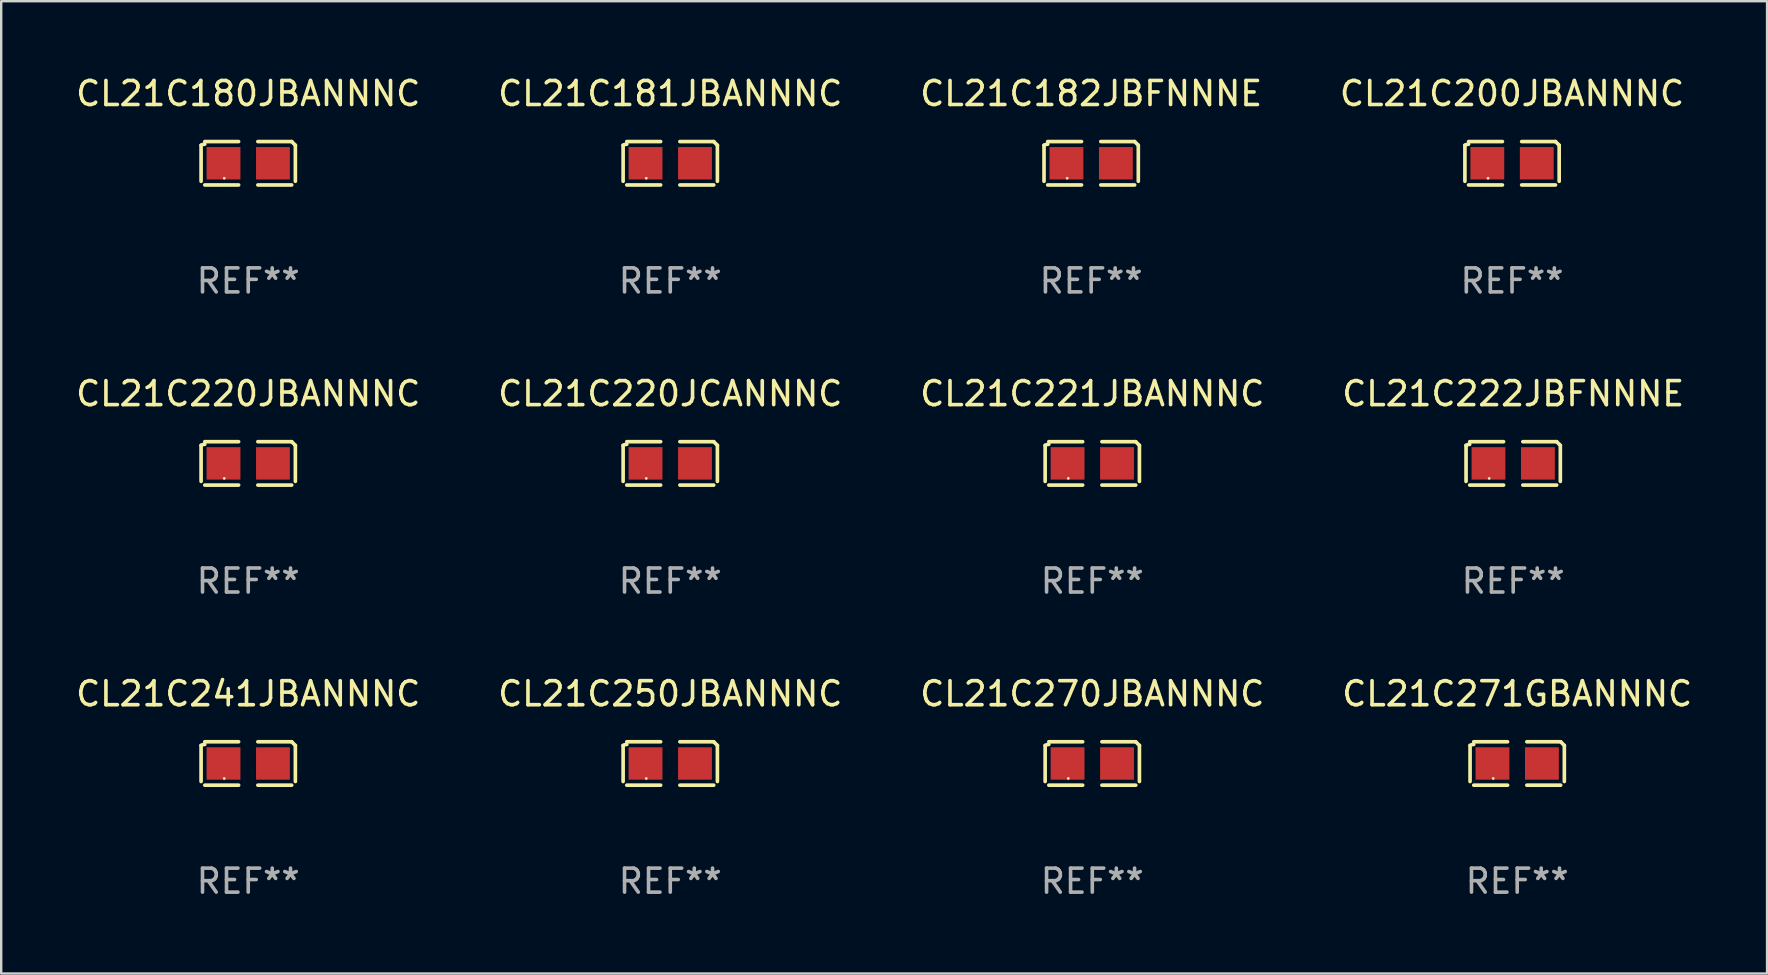
<source format=kicad_pcb>
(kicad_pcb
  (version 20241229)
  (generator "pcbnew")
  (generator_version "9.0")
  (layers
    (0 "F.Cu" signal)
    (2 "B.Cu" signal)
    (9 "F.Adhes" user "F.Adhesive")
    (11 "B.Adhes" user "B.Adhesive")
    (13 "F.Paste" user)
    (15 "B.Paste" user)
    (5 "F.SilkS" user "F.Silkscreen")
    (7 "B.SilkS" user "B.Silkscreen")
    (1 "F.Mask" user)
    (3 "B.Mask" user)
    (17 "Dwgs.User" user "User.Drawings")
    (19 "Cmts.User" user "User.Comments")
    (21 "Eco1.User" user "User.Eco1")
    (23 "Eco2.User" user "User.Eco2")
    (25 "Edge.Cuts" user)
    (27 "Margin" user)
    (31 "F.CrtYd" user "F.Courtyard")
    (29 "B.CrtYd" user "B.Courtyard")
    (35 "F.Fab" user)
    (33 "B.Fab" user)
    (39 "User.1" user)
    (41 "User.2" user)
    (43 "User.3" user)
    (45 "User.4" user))
  (footprint "CL21C250JBANNNC"
    (layer "F.Cu")
    (at 24.875 28.759)
    (property "Reference" "CL21C250JBANNNC" (at 0 -2.904 0) (layer "F.SilkS") (effects (font (size 1 1) (thickness 0.15))))
    (attr through_hole)
    (fp_line (start -1.964 0.751) (end -1.964 -0.751) (stroke (width 0.152) (type solid)) (layer "F.SilkS"))
    (fp_line (start -1.811 -0.904) (end -0.401 -0.904) (stroke (width 0.152) (type solid)) (layer "F.SilkS"))
    (fp_line (start -0.401 0.904) (end -1.811 0.904) (stroke (width 0.152) (type solid)) (layer "F.SilkS"))
    (fp_line (start 0.401 0.904) (end 1.811 0.904) (stroke (width 0.152) (type solid)) (layer "F.SilkS"))
    (fp_line (start 1.811 -0.904) (end 0.401 -0.904) (stroke (width 0.152) (type solid)) (layer "F.SilkS"))
    (fp_line (start 1.964 0.751) (end 1.964 -0.751) (stroke (width 0.152) (type solid)) (layer "F.SilkS"))
    (fp_arc (start -1.963602 -0.751207) (mid -1.890354 -0.783131) (end -1.811201 -0.794044) (stroke (width 0.1524) (type solid)) (layer "F.SilkS"))
    (fp_arc (start 1.811202 -0.903607) (mid 1.887413 -0.827418) (end 1.963602 -0.751207) (stroke (width 0.1524) (type solid)) (layer "F.SilkS"))
    (fp_circle (center -1 0.625) (end -0.97 0.625) (stroke (width 0.06) (type solid)) (fill no) (layer "F.SilkS"))
    (fp_text user "REF**" (at 0 4.904 0) (layer "F.Fab") (effects (font (size 1 1) (thickness 0.15))))
    (pad "1" smd rect (at -1.03 0) (size 1.41 1.35) (layers "F.Cu" "F.Mask" "F.Paste"))
    (pad "2" smd rect (at 1.03 0) (size 1.41 1.35) (layers "F.Cu" "F.Mask" "F.Paste")))
  (footprint "CL21C220JCANNNC"
    (layer "F.Cu")
    (at 24.875 16.256)
    (property "Reference" "CL21C220JCANNNC" (at 0 -2.904 0) (layer "F.SilkS") (effects (font (size 1 1) (thickness 0.15))))
    (attr through_hole)
    (fp_line (start -1.964 0.751) (end -1.964 -0.751) (stroke (width 0.152) (type solid)) (layer "F.SilkS"))
    (fp_line (start -1.811 -0.904) (end -0.401 -0.904) (stroke (width 0.152) (type solid)) (layer "F.SilkS"))
    (fp_line (start -0.401 0.904) (end -1.811 0.904) (stroke (width 0.152) (type solid)) (layer "F.SilkS"))
    (fp_line (start 0.401 0.904) (end 1.811 0.904) (stroke (width 0.152) (type solid)) (layer "F.SilkS"))
    (fp_line (start 1.811 -0.904) (end 0.401 -0.904) (stroke (width 0.152) (type solid)) (layer "F.SilkS"))
    (fp_line (start 1.964 0.751) (end 1.964 -0.751) (stroke (width 0.152) (type solid)) (layer "F.SilkS"))
    (fp_arc (start -1.963602 -0.751207) (mid -1.890354 -0.783131) (end -1.811201 -0.794044) (stroke (width 0.1524) (type solid)) (layer "F.SilkS"))
    (fp_arc (start 1.811202 -0.903607) (mid 1.887413 -0.827418) (end 1.963602 -0.751207) (stroke (width 0.1524) (type solid)) (layer "F.SilkS"))
    (fp_circle (center -1 0.625) (end -0.97 0.625) (stroke (width 0.06) (type solid)) (fill no) (layer "F.SilkS"))
    (fp_text user "REF**" (at 0 4.904 0) (layer "F.Fab") (effects (font (size 1 1) (thickness 0.15))))
    (pad "1" smd rect (at -1.03 0) (size 1.41 1.35) (layers "F.Cu" "F.Mask" "F.Paste"))
    (pad "2" smd rect (at 1.03 0) (size 1.41 1.35) (layers "F.Cu" "F.Mask" "F.Paste")))
  (footprint "CL21C182JBFNNNE"
    (layer "F.Cu")
    (at 42.411 3.752)
    (property "Reference" "CL21C182JBFNNNE" (at 0 -2.904 0) (layer "F.SilkS") (effects (font (size 1 1) (thickness 0.15))))
    (attr through_hole)
    (fp_line (start -1.964 0.751) (end -1.964 -0.751) (stroke (width 0.152) (type solid)) (layer "F.SilkS"))
    (fp_line (start -1.811 -0.904) (end -0.401 -0.904) (stroke (width 0.152) (type solid)) (layer "F.SilkS"))
    (fp_line (start -0.401 0.904) (end -1.811 0.904) (stroke (width 0.152) (type solid)) (layer "F.SilkS"))
    (fp_line (start 0.401 0.904) (end 1.811 0.904) (stroke (width 0.152) (type solid)) (layer "F.SilkS"))
    (fp_line (start 1.811 -0.904) (end 0.401 -0.904) (stroke (width 0.152) (type solid)) (layer "F.SilkS"))
    (fp_line (start 1.964 0.751) (end 1.964 -0.751) (stroke (width 0.152) (type solid)) (layer "F.SilkS"))
    (fp_arc (start -1.963602 -0.751207) (mid -1.890354 -0.783131) (end -1.811201 -0.794044) (stroke (width 0.1524) (type solid)) (layer "F.SilkS"))
    (fp_arc (start 1.811202 -0.903607) (mid 1.887413 -0.827418) (end 1.963602 -0.751207) (stroke (width 0.1524) (type solid)) (layer "F.SilkS"))
    (fp_circle (center -1 0.625) (end -0.97 0.625) (stroke (width 0.06) (type solid)) (fill no) (layer "F.SilkS"))
    (fp_text user "REF**" (at 0 4.904 0) (layer "F.Fab") (effects (font (size 1 1) (thickness 0.15))))
    (pad "1" smd rect (at -1.03 0) (size 1.41 1.35) (layers "F.Cu" "F.Mask" "F.Paste"))
    (pad "2" smd rect (at 1.03 0) (size 1.41 1.35) (layers "F.Cu" "F.Mask" "F.Paste")))
  (footprint "CL21C181JBANNNC"
    (layer "F.Cu")
    (at 24.875 3.752)
    (property "Reference" "CL21C181JBANNNC" (at 0 -2.904 0) (layer "F.SilkS") (effects (font (size 1 1) (thickness 0.15))))
    (attr through_hole)
    (fp_line (start -1.964 0.751) (end -1.964 -0.751) (stroke (width 0.152) (type solid)) (layer "F.SilkS"))
    (fp_line (start -1.811 -0.904) (end -0.401 -0.904) (stroke (width 0.152) (type solid)) (layer "F.SilkS"))
    (fp_line (start -0.401 0.904) (end -1.811 0.904) (stroke (width 0.152) (type solid)) (layer "F.SilkS"))
    (fp_line (start 0.401 0.904) (end 1.811 0.904) (stroke (width 0.152) (type solid)) (layer "F.SilkS"))
    (fp_line (start 1.811 -0.904) (end 0.401 -0.904) (stroke (width 0.152) (type solid)) (layer "F.SilkS"))
    (fp_line (start 1.964 0.751) (end 1.964 -0.751) (stroke (width 0.152) (type solid)) (layer "F.SilkS"))
    (fp_arc (start -1.963602 -0.751207) (mid -1.890354 -0.783131) (end -1.811201 -0.794044) (stroke (width 0.1524) (type solid)) (layer "F.SilkS"))
    (fp_arc (start 1.811202 -0.903607) (mid 1.887413 -0.827418) (end 1.963602 -0.751207) (stroke (width 0.1524) (type solid)) (layer "F.SilkS"))
    (fp_circle (center -1 0.625) (end -0.97 0.625) (stroke (width 0.06) (type solid)) (fill no) (layer "F.SilkS"))
    (fp_text user "REF**" (at 0 4.904 0) (layer "F.Fab") (effects (font (size 1 1) (thickness 0.15))))
    (pad "1" smd rect (at -1.03 0) (size 1.41 1.35) (layers "F.Cu" "F.Mask" "F.Paste"))
    (pad "2" smd rect (at 1.03 0) (size 1.41 1.35) (layers "F.Cu" "F.Mask" "F.Paste")))
  (footprint "CL21C221JBANNNC"
    (layer "F.Cu")
    (at 42.458 16.256)
    (property "Reference" "CL21C221JBANNNC" (at 0 -2.904 0) (layer "F.SilkS") (effects (font (size 1 1) (thickness 0.15))))
    (attr through_hole)
    (fp_line (start -1.964 0.751) (end -1.964 -0.751) (stroke (width 0.152) (type solid)) (layer "F.SilkS"))
    (fp_line (start -1.811 -0.904) (end -0.401 -0.904) (stroke (width 0.152) (type solid)) (layer "F.SilkS"))
    (fp_line (start -0.401 0.904) (end -1.811 0.904) (stroke (width 0.152) (type solid)) (layer "F.SilkS"))
    (fp_line (start 0.401 0.904) (end 1.811 0.904) (stroke (width 0.152) (type solid)) (layer "F.SilkS"))
    (fp_line (start 1.811 -0.904) (end 0.401 -0.904) (stroke (width 0.152) (type solid)) (layer "F.SilkS"))
    (fp_line (start 1.964 0.751) (end 1.964 -0.751) (stroke (width 0.152) (type solid)) (layer "F.SilkS"))
    (fp_arc (start -1.963602 -0.751207) (mid -1.890354 -0.783131) (end -1.811201 -0.794044) (stroke (width 0.1524) (type solid)) (layer "F.SilkS"))
    (fp_arc (start 1.811202 -0.903607) (mid 1.887413 -0.827418) (end 1.963602 -0.751207) (stroke (width 0.1524) (type solid)) (layer "F.SilkS"))
    (fp_circle (center -1 0.625) (end -0.97 0.625) (stroke (width 0.06) (type solid)) (fill no) (layer "F.SilkS"))
    (fp_text user "REF**" (at 0 4.904 0) (layer "F.Fab") (effects (font (size 1 1) (thickness 0.15))))
    (pad "1" smd rect (at -1.03 0) (size 1.41 1.35) (layers "F.Cu" "F.Mask" "F.Paste"))
    (pad "2" smd rect (at 1.03 0) (size 1.41 1.35) (layers "F.Cu" "F.Mask" "F.Paste")))
  (footprint "CL21C180JBANNNC"
    (layer "F.Cu")
    (at 7.292 3.752)
    (property "Reference" "CL21C180JBANNNC" (at 0 -2.904 0) (layer "F.SilkS") (effects (font (size 1 1) (thickness 0.15))))
    (attr through_hole)
    (fp_line (start -1.964 0.751) (end -1.964 -0.751) (stroke (width 0.152) (type solid)) (layer "F.SilkS"))
    (fp_line (start -1.811 -0.904) (end -0.401 -0.904) (stroke (width 0.152) (type solid)) (layer "F.SilkS"))
    (fp_line (start -0.401 0.904) (end -1.811 0.904) (stroke (width 0.152) (type solid)) (layer "F.SilkS"))
    (fp_line (start 0.401 0.904) (end 1.811 0.904) (stroke (width 0.152) (type solid)) (layer "F.SilkS"))
    (fp_line (start 1.811 -0.904) (end 0.401 -0.904) (stroke (width 0.152) (type solid)) (layer "F.SilkS"))
    (fp_line (start 1.964 0.751) (end 1.964 -0.751) (stroke (width 0.152) (type solid)) (layer "F.SilkS"))
    (fp_arc (start -1.963602 -0.751207) (mid -1.890354 -0.783131) (end -1.811201 -0.794044) (stroke (width 0.1524) (type solid)) (layer "F.SilkS"))
    (fp_arc (start 1.811202 -0.903607) (mid 1.887413 -0.827418) (end 1.963602 -0.751207) (stroke (width 0.1524) (type solid)) (layer "F.SilkS"))
    (fp_circle (center -1 0.625) (end -0.97 0.625) (stroke (width 0.06) (type solid)) (fill no) (layer "F.SilkS"))
    (fp_text user "REF**" (at 0 4.904 0) (layer "F.Fab") (effects (font (size 1 1) (thickness 0.15))))
    (pad "1" smd rect (at -1.03 0) (size 1.41 1.35) (layers "F.Cu" "F.Mask" "F.Paste"))
    (pad "2" smd rect (at 1.03 0) (size 1.41 1.35) (layers "F.Cu" "F.Mask" "F.Paste")))
  (footprint "CL21C222JBFNNNE"
    (layer "F.Cu")
    (at 59.994 16.256)
    (property "Reference" "CL21C222JBFNNNE" (at 0 -2.904 0) (layer "F.SilkS") (effects (font (size 1 1) (thickness 0.15))))
    (attr through_hole)
    (fp_line (start -1.964 0.751) (end -1.964 -0.751) (stroke (width 0.152) (type solid)) (layer "F.SilkS"))
    (fp_line (start -1.811 -0.904) (end -0.401 -0.904) (stroke (width 0.152) (type solid)) (layer "F.SilkS"))
    (fp_line (start -0.401 0.904) (end -1.811 0.904) (stroke (width 0.152) (type solid)) (layer "F.SilkS"))
    (fp_line (start 0.401 0.904) (end 1.811 0.904) (stroke (width 0.152) (type solid)) (layer "F.SilkS"))
    (fp_line (start 1.811 -0.904) (end 0.401 -0.904) (stroke (width 0.152) (type solid)) (layer "F.SilkS"))
    (fp_line (start 1.964 0.751) (end 1.964 -0.751) (stroke (width 0.152) (type solid)) (layer "F.SilkS"))
    (fp_arc (start -1.963602 -0.751207) (mid -1.890354 -0.783131) (end -1.811201 -0.794044) (stroke (width 0.1524) (type solid)) (layer "F.SilkS"))
    (fp_arc (start 1.811202 -0.903607) (mid 1.887413 -0.827418) (end 1.963602 -0.751207) (stroke (width 0.1524) (type solid)) (layer "F.SilkS"))
    (fp_circle (center -1 0.625) (end -0.97 0.625) (stroke (width 0.06) (type solid)) (fill no) (layer "F.SilkS"))
    (fp_text user "REF**" (at 0 4.904 0) (layer "F.Fab") (effects (font (size 1 1) (thickness 0.15))))
    (pad "1" smd rect (at -1.03 0) (size 1.41 1.35) (layers "F.Cu" "F.Mask" "F.Paste"))
    (pad "2" smd rect (at 1.03 0) (size 1.41 1.35) (layers "F.Cu" "F.Mask" "F.Paste")))
  (footprint "CL21C241JBANNNC"
    (layer "F.Cu")
    (at 7.292 28.759)
    (property "Reference" "CL21C241JBANNNC" (at 0 -2.904 0) (layer "F.SilkS") (effects (font (size 1 1) (thickness 0.15))))
    (attr through_hole)
    (fp_line (start -1.964 0.751) (end -1.964 -0.751) (stroke (width 0.152) (type solid)) (layer "F.SilkS"))
    (fp_line (start -1.811 -0.904) (end -0.401 -0.904) (stroke (width 0.152) (type solid)) (layer "F.SilkS"))
    (fp_line (start -0.401 0.904) (end -1.811 0.904) (stroke (width 0.152) (type solid)) (layer "F.SilkS"))
    (fp_line (start 0.401 0.904) (end 1.811 0.904) (stroke (width 0.152) (type solid)) (layer "F.SilkS"))
    (fp_line (start 1.811 -0.904) (end 0.401 -0.904) (stroke (width 0.152) (type solid)) (layer "F.SilkS"))
    (fp_line (start 1.964 0.751) (end 1.964 -0.751) (stroke (width 0.152) (type solid)) (layer "F.SilkS"))
    (fp_arc (start -1.963602 -0.751207) (mid -1.890354 -0.783131) (end -1.811201 -0.794044) (stroke (width 0.1524) (type solid)) (layer "F.SilkS"))
    (fp_arc (start 1.811202 -0.903607) (mid 1.887413 -0.827418) (end 1.963602 -0.751207) (stroke (width 0.1524) (type solid)) (layer "F.SilkS"))
    (fp_circle (center -1 0.625) (end -0.97 0.625) (stroke (width 0.06) (type solid)) (fill no) (layer "F.SilkS"))
    (fp_text user "REF**" (at 0 4.904 0) (layer "F.Fab") (effects (font (size 1 1) (thickness 0.15))))
    (pad "1" smd rect (at -1.03 0) (size 1.41 1.35) (layers "F.Cu" "F.Mask" "F.Paste"))
    (pad "2" smd rect (at 1.03 0) (size 1.41 1.35) (layers "F.Cu" "F.Mask" "F.Paste")))
  (footprint "CL21C271GBANNNC"
    (layer "F.Cu")
    (at 60.161 28.759)
    (property "Reference" "CL21C271GBANNNC" (at 0 -2.904 0) (layer "F.SilkS") (effects (font (size 1 1) (thickness 0.15))))
    (attr through_hole)
    (fp_line (start -1.964 0.751) (end -1.964 -0.751) (stroke (width 0.152) (type solid)) (layer "F.SilkS"))
    (fp_line (start -1.811 -0.904) (end -0.401 -0.904) (stroke (width 0.152) (type solid)) (layer "F.SilkS"))
    (fp_line (start -0.401 0.904) (end -1.811 0.904) (stroke (width 0.152) (type solid)) (layer "F.SilkS"))
    (fp_line (start 0.401 0.904) (end 1.811 0.904) (stroke (width 0.152) (type solid)) (layer "F.SilkS"))
    (fp_line (start 1.811 -0.904) (end 0.401 -0.904) (stroke (width 0.152) (type solid)) (layer "F.SilkS"))
    (fp_line (start 1.964 0.751) (end 1.964 -0.751) (stroke (width 0.152) (type solid)) (layer "F.SilkS"))
    (fp_arc (start -1.963602 -0.751207) (mid -1.890354 -0.783131) (end -1.811201 -0.794044) (stroke (width 0.1524) (type solid)) (layer "F.SilkS"))
    (fp_arc (start 1.811202 -0.903607) (mid 1.887413 -0.827418) (end 1.963602 -0.751207) (stroke (width 0.1524) (type solid)) (layer "F.SilkS"))
    (fp_circle (center -1 0.625) (end -0.97 0.625) (stroke (width 0.06) (type solid)) (fill no) (layer "F.SilkS"))
    (fp_text user "REF**" (at 0 4.904 0) (layer "F.Fab") (effects (font (size 1 1) (thickness 0.15))))
    (pad "1" smd rect (at -1.03 0) (size 1.41 1.35) (layers "F.Cu" "F.Mask" "F.Paste"))
    (pad "2" smd rect (at 1.03 0) (size 1.41 1.35) (layers "F.Cu" "F.Mask" "F.Paste")))
  (footprint "CL21C220JBANNNC"
    (layer "F.Cu")
    (at 7.292 16.256)
    (property "Reference" "CL21C220JBANNNC" (at 0 -2.904 0) (layer "F.SilkS") (effects (font (size 1 1) (thickness 0.15))))
    (attr through_hole)
    (fp_line (start -1.964 0.751) (end -1.964 -0.751) (stroke (width 0.152) (type solid)) (layer "F.SilkS"))
    (fp_line (start -1.811 -0.904) (end -0.401 -0.904) (stroke (width 0.152) (type solid)) (layer "F.SilkS"))
    (fp_line (start -0.401 0.904) (end -1.811 0.904) (stroke (width 0.152) (type solid)) (layer "F.SilkS"))
    (fp_line (start 0.401 0.904) (end 1.811 0.904) (stroke (width 0.152) (type solid)) (layer "F.SilkS"))
    (fp_line (start 1.811 -0.904) (end 0.401 -0.904) (stroke (width 0.152) (type solid)) (layer "F.SilkS"))
    (fp_line (start 1.964 0.751) (end 1.964 -0.751) (stroke (width 0.152) (type solid)) (layer "F.SilkS"))
    (fp_arc (start -1.963602 -0.751207) (mid -1.890354 -0.783131) (end -1.811201 -0.794044) (stroke (width 0.1524) (type solid)) (layer "F.SilkS"))
    (fp_arc (start 1.811202 -0.903607) (mid 1.887413 -0.827418) (end 1.963602 -0.751207) (stroke (width 0.1524) (type solid)) (layer "F.SilkS"))
    (fp_circle (center -1 0.625) (end -0.97 0.625) (stroke (width 0.06) (type solid)) (fill no) (layer "F.SilkS"))
    (fp_text user "REF**" (at 0 4.904 0) (layer "F.Fab") (effects (font (size 1 1) (thickness 0.15))))
    (pad "1" smd rect (at -1.03 0) (size 1.41 1.35) (layers "F.Cu" "F.Mask" "F.Paste"))
    (pad "2" smd rect (at 1.03 0) (size 1.41 1.35) (layers "F.Cu" "F.Mask" "F.Paste")))
  (footprint "CL21C200JBANNNC"
    (layer "F.Cu")
    (at 59.946 3.752)
    (property "Reference" "CL21C200JBANNNC" (at 0 -2.904 0) (layer "F.SilkS") (effects (font (size 1 1) (thickness 0.15))))
    (attr through_hole)
    (fp_line (start -1.964 0.751) (end -1.964 -0.751) (stroke (width 0.152) (type solid)) (layer "F.SilkS"))
    (fp_line (start -1.811 -0.904) (end -0.401 -0.904) (stroke (width 0.152) (type solid)) (layer "F.SilkS"))
    (fp_line (start -0.401 0.904) (end -1.811 0.904) (stroke (width 0.152) (type solid)) (layer "F.SilkS"))
    (fp_line (start 0.401 0.904) (end 1.811 0.904) (stroke (width 0.152) (type solid)) (layer "F.SilkS"))
    (fp_line (start 1.811 -0.904) (end 0.401 -0.904) (stroke (width 0.152) (type solid)) (layer "F.SilkS"))
    (fp_line (start 1.964 0.751) (end 1.964 -0.751) (stroke (width 0.152) (type solid)) (layer "F.SilkS"))
    (fp_arc (start -1.963602 -0.751207) (mid -1.890354 -0.783131) (end -1.811201 -0.794044) (stroke (width 0.1524) (type solid)) (layer "F.SilkS"))
    (fp_arc (start 1.811202 -0.903607) (mid 1.887413 -0.827418) (end 1.963602 -0.751207) (stroke (width 0.1524) (type solid)) (layer "F.SilkS"))
    (fp_circle (center -1 0.625) (end -0.97 0.625) (stroke (width 0.06) (type solid)) (fill no) (layer "F.SilkS"))
    (fp_text user "REF**" (at 0 4.904 0) (layer "F.Fab") (effects (font (size 1 1) (thickness 0.15))))
    (pad "1" smd rect (at -1.03 0) (size 1.41 1.35) (layers "F.Cu" "F.Mask" "F.Paste"))
    (pad "2" smd rect (at 1.03 0) (size 1.41 1.35) (layers "F.Cu" "F.Mask" "F.Paste")))
  (footprint "CL21C270JBANNNC"
    (layer "F.Cu")
    (at 42.458 28.759)
    (property "Reference" "CL21C270JBANNNC" (at 0 -2.904 0) (layer "F.SilkS") (effects (font (size 1 1) (thickness 0.15))))
    (attr through_hole)
    (fp_line (start -1.964 0.751) (end -1.964 -0.751) (stroke (width 0.152) (type solid)) (layer "F.SilkS"))
    (fp_line (start -1.811 -0.904) (end -0.401 -0.904) (stroke (width 0.152) (type solid)) (layer "F.SilkS"))
    (fp_line (start -0.401 0.904) (end -1.811 0.904) (stroke (width 0.152) (type solid)) (layer "F.SilkS"))
    (fp_line (start 0.401 0.904) (end 1.811 0.904) (stroke (width 0.152) (type solid)) (layer "F.SilkS"))
    (fp_line (start 1.811 -0.904) (end 0.401 -0.904) (stroke (width 0.152) (type solid)) (layer "F.SilkS"))
    (fp_line (start 1.964 0.751) (end 1.964 -0.751) (stroke (width 0.152) (type solid)) (layer "F.SilkS"))
    (fp_arc (start -1.963602 -0.751207) (mid -1.890354 -0.783131) (end -1.811201 -0.794044) (stroke (width 0.1524) (type solid)) (layer "F.SilkS"))
    (fp_arc (start 1.811202 -0.903607) (mid 1.887413 -0.827418) (end 1.963602 -0.751207) (stroke (width 0.1524) (type solid)) (layer "F.SilkS"))
    (fp_circle (center -1 0.625) (end -0.97 0.625) (stroke (width 0.06) (type solid)) (fill no) (layer "F.SilkS"))
    (fp_text user "REF**" (at 0 4.904 0) (layer "F.Fab") (effects (font (size 1 1) (thickness 0.15))))
    (pad "1" smd rect (at -1.03 0) (size 1.41 1.35) (layers "F.Cu" "F.Mask" "F.Paste"))
    (pad "2" smd rect (at 1.03 0) (size 1.41 1.35) (layers "F.Cu" "F.Mask" "F.Paste")))
  (gr_rect
    (start -3 -3)
    (end 70.571 37.511)
    (stroke (width 0.1) (type default))
    (fill no)
    (layer "Edge.Cuts")))
</source>
